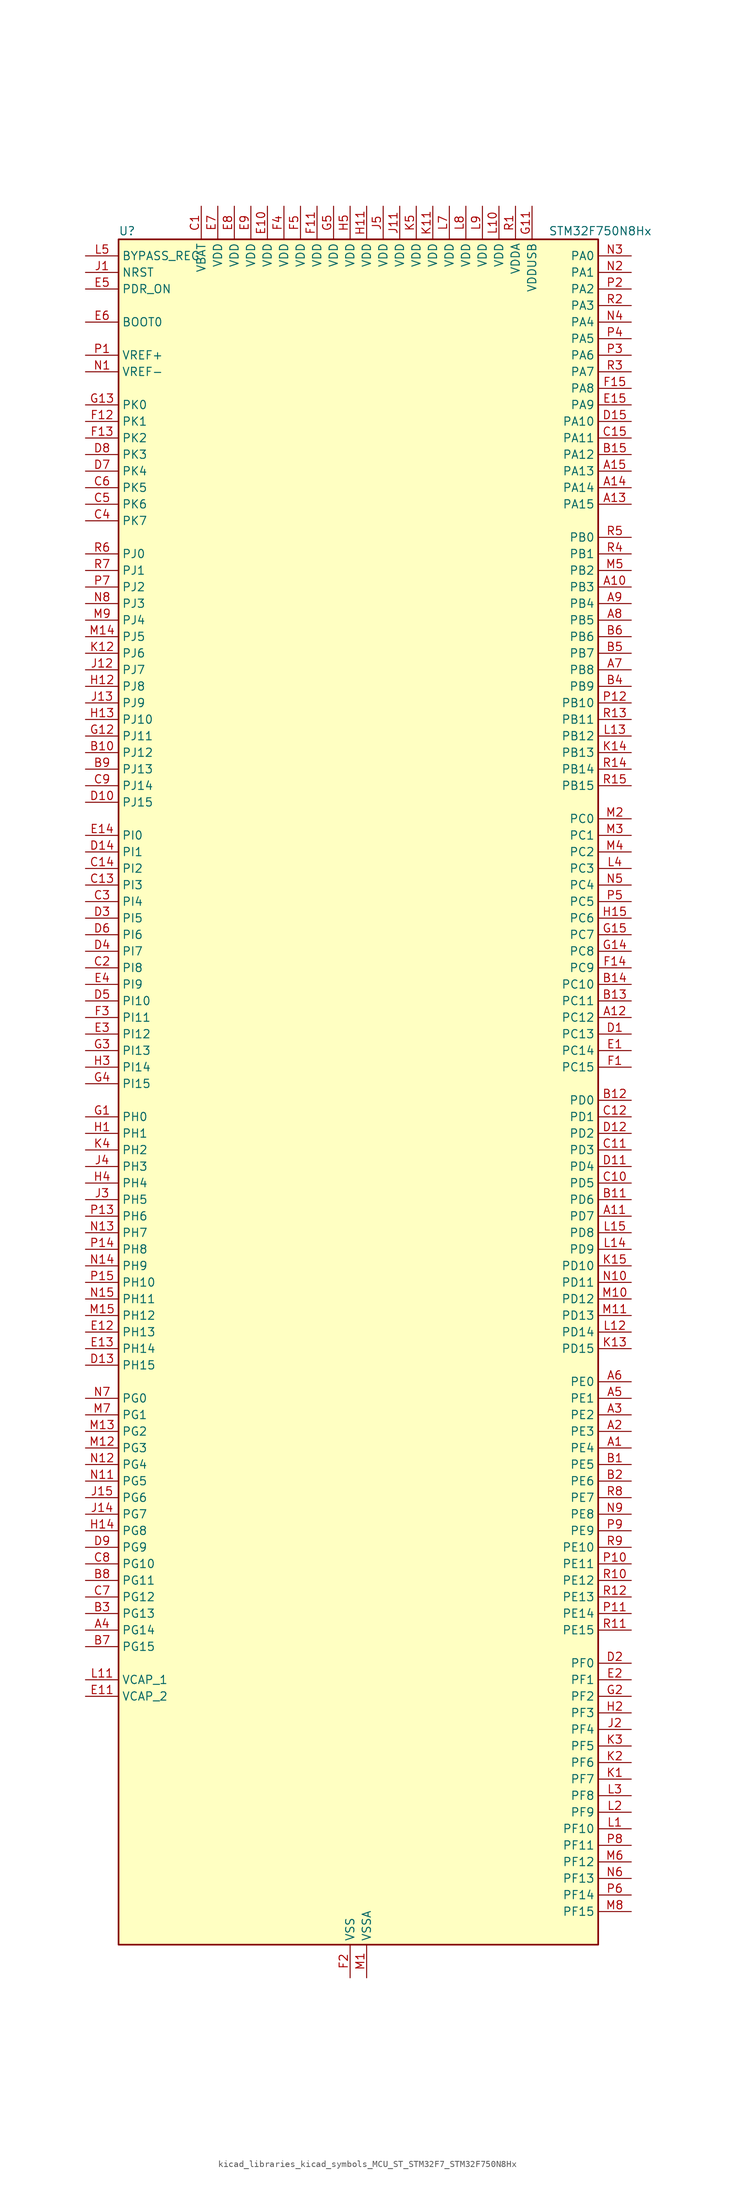
<source format=kicad_sym>
(kicad_symbol_lib
  (version 20220914)
  (generator kicad_symbol_editor)
  (symbol "kicad_libraries_kicad_symbols_MCU_ST_STM32F7_STM32F750N8Hx"
    (property "Reference" "U"
      (at -35.56 133.35 0)
      (effects (font (size 1.27 1.27)) (justify left)))
    (property "Value" "STM32F750N8Hx"
      (at 30.48 133.35 0)
      (effects (font (size 1.27 1.27)) (justify left)))
    (property "ki_locked" ""
      (at 0 0 0)
      (effects (font (size 1.27 1.27))))
    (symbol "kicad_libraries_kicad_symbols_MCU_ST_STM32F7_STM32F750N8Hx_0_1"
      (rectangle (start -35.56 -129.54) (end 38.1 132.08) (stroke (width 0.254) (type default)) (fill (type background))))
    (symbol "kicad_libraries_kicad_symbols_MCU_ST_STM32F7_STM32F750N8Hx_1_1"
      (pin bidirectional line (at 43.18 -53.34 180) (length 5.08) (name "PE4" (effects (font (size 1.27 1.27)))) (number "A1" (effects (font (size 1.27 1.27)))) (alternate "DCMI_D4" bidirectional line) (alternate "FMC_A20" bidirectional line) (alternate "LTDC_B0" bidirectional line) (alternate "SAI1_FS_A" bidirectional line) (alternate "SPI4_NSS" bidirectional line) (alternate "SYS_TRACED1" bidirectional line))
      (pin bidirectional line (at 43.18 78.74 180) (length 5.08) (name "PB3" (effects (font (size 1.27 1.27)))) (number "A10" (effects (font (size 1.27 1.27)))) (alternate "I2S1_CK" bidirectional line) (alternate "I2S3_CK" bidirectional line) (alternate "SPI1_SCK" bidirectional line) (alternate "SPI3_SCK" bidirectional line) (alternate "SYS_JTDO-SWO" bidirectional line) (alternate "TIM2_CH2" bidirectional line))
      (pin bidirectional line (at 43.18 -17.78 180) (length 5.08) (name "PD7" (effects (font (size 1.27 1.27)))) (number "A11" (effects (font (size 1.27 1.27)))) (alternate "FMC_NE1" bidirectional line) (alternate "SPDIFRX_IN0" bidirectional line) (alternate "USART2_CK" bidirectional line))
      (pin bidirectional line (at 43.18 12.7 180) (length 5.08) (name "PC12" (effects (font (size 1.27 1.27)))) (number "A12" (effects (font (size 1.27 1.27)))) (alternate "DCMI_D9" bidirectional line) (alternate "I2S3_SD" bidirectional line) (alternate "SDMMC1_CK" bidirectional line) (alternate "SPI3_MOSI" bidirectional line) (alternate "SYS_TRACED3" bidirectional line) (alternate "UART5_TX" bidirectional line) (alternate "USART3_CK" bidirectional line))
      (pin bidirectional line (at 43.18 91.44 180) (length 5.08) (name "PA15" (effects (font (size 1.27 1.27)))) (number "A13" (effects (font (size 1.27 1.27)))) (alternate "CEC" bidirectional line) (alternate "I2S1_WS" bidirectional line) (alternate "I2S3_WS" bidirectional line) (alternate "SPI1_NSS" bidirectional line) (alternate "SPI3_NSS" bidirectional line) (alternate "SYS_JTDI" bidirectional line) (alternate "TIM2_CH1" bidirectional line) (alternate "TIM2_ETR" bidirectional line) (alternate "UART4_DE" bidirectional line) (alternate "UART4_RTS" bidirectional line))
      (pin bidirectional line (at 43.18 93.98 180) (length 5.08) (name "PA14" (effects (font (size 1.27 1.27)))) (number "A14" (effects (font (size 1.27 1.27)))) (alternate "SYS_JTCK-SWCLK" bidirectional line))
      (pin bidirectional line (at 43.18 96.52 180) (length 5.08) (name "PA13" (effects (font (size 1.27 1.27)))) (number "A15" (effects (font (size 1.27 1.27)))) (alternate "SYS_JTMS-SWDIO" bidirectional line))
      (pin bidirectional line (at 43.18 -50.8 180) (length 5.08) (name "PE3" (effects (font (size 1.27 1.27)))) (number "A2" (effects (font (size 1.27 1.27)))) (alternate "FMC_A19" bidirectional line) (alternate "SAI1_SD_B" bidirectional line) (alternate "SYS_TRACED0" bidirectional line))
      (pin bidirectional line (at 43.18 -48.26 180) (length 5.08) (name "PE2" (effects (font (size 1.27 1.27)))) (number "A3" (effects (font (size 1.27 1.27)))) (alternate "ETH_TXD3" bidirectional line) (alternate "FMC_A23" bidirectional line) (alternate "QUADSPI_BK1_IO2" bidirectional line) (alternate "SAI1_MCLK_A" bidirectional line) (alternate "SPI4_SCK" bidirectional line) (alternate "SYS_TRACECLK" bidirectional line))
      (pin bidirectional line (at -40.64 -81.28 0) (length 5.08) (name "PG14" (effects (font (size 1.27 1.27)))) (number "A4" (effects (font (size 1.27 1.27)))) (alternate "ETH_TXD1" bidirectional line) (alternate "FMC_A25" bidirectional line) (alternate "LPTIM1_ETR" bidirectional line) (alternate "LTDC_B0" bidirectional line) (alternate "QUADSPI_BK2_IO3" bidirectional line) (alternate "SPI6_MOSI" bidirectional line) (alternate "SYS_TRACED1" bidirectional line) (alternate "USART6_TX" bidirectional line))
      (pin bidirectional line (at 43.18 -45.72 180) (length 5.08) (name "PE1" (effects (font (size 1.27 1.27)))) (number "A5" (effects (font (size 1.27 1.27)))) (alternate "DCMI_D3" bidirectional line) (alternate "FMC_NBL1" bidirectional line) (alternate "LPTIM1_IN2" bidirectional line) (alternate "UART8_TX" bidirectional line))
      (pin bidirectional line (at 43.18 -43.18 180) (length 5.08) (name "PE0" (effects (font (size 1.27 1.27)))) (number "A6" (effects (font (size 1.27 1.27)))) (alternate "DCMI_D2" bidirectional line) (alternate "FMC_NBL0" bidirectional line) (alternate "LPTIM1_ETR" bidirectional line) (alternate "SAI2_MCLK_A" bidirectional line) (alternate "TIM4_ETR" bidirectional line) (alternate "UART8_RX" bidirectional line))
      (pin bidirectional line (at 43.18 66.04 180) (length 5.08) (name "PB8" (effects (font (size 1.27 1.27)))) (number "A7" (effects (font (size 1.27 1.27)))) (alternate "CAN1_RX" bidirectional line) (alternate "DCMI_D6" bidirectional line) (alternate "ETH_TXD3" bidirectional line) (alternate "I2C1_SCL" bidirectional line) (alternate "LTDC_B6" bidirectional line) (alternate "SDMMC1_D4" bidirectional line) (alternate "TIM10_CH1" bidirectional line) (alternate "TIM4_CH3" bidirectional line))
      (pin bidirectional line (at 43.18 73.66 180) (length 5.08) (name "PB5" (effects (font (size 1.27 1.27)))) (number "A8" (effects (font (size 1.27 1.27)))) (alternate "CAN2_RX" bidirectional line) (alternate "DCMI_D10" bidirectional line) (alternate "ETH_PPS_OUT" bidirectional line) (alternate "FMC_SDCKE1" bidirectional line) (alternate "I2C1_SMBA" bidirectional line) (alternate "I2S1_SD" bidirectional line) (alternate "I2S3_SD" bidirectional line) (alternate "SPI1_MOSI" bidirectional line) (alternate "SPI3_MOSI" bidirectional line) (alternate "TIM3_CH2" bidirectional line) (alternate "USB_OTG_HS_ULPI_D7" bidirectional line))
      (pin bidirectional line (at 43.18 76.2 180) (length 5.08) (name "PB4" (effects (font (size 1.27 1.27)))) (number "A9" (effects (font (size 1.27 1.27)))) (alternate "I2S2_WS" bidirectional line) (alternate "SPI1_MISO" bidirectional line) (alternate "SPI2_NSS" bidirectional line) (alternate "SPI3_MISO" bidirectional line) (alternate "SYS_JTRST" bidirectional line) (alternate "TIM3_CH1" bidirectional line))
      (pin bidirectional line (at 43.18 -55.88 180) (length 5.08) (name "PE5" (effects (font (size 1.27 1.27)))) (number "B1" (effects (font (size 1.27 1.27)))) (alternate "DCMI_D6" bidirectional line) (alternate "FMC_A21" bidirectional line) (alternate "LTDC_G0" bidirectional line) (alternate "SAI1_SCK_A" bidirectional line) (alternate "SPI4_MISO" bidirectional line) (alternate "SYS_TRACED2" bidirectional line) (alternate "TIM9_CH1" bidirectional line))
      (pin bidirectional line (at -40.64 53.34 0) (length 5.08) (name "PJ12" (effects (font (size 1.27 1.27)))) (number "B10" (effects (font (size 1.27 1.27)))) (alternate "LTDC_B0" bidirectional line))
      (pin bidirectional line (at 43.18 -15.24 180) (length 5.08) (name "PD6" (effects (font (size 1.27 1.27)))) (number "B11" (effects (font (size 1.27 1.27)))) (alternate "DCMI_D10" bidirectional line) (alternate "FMC_NWAIT" bidirectional line) (alternate "I2S3_SD" bidirectional line) (alternate "LTDC_B2" bidirectional line) (alternate "SAI1_SD_A" bidirectional line) (alternate "SPI3_MOSI" bidirectional line) (alternate "USART2_RX" bidirectional line))
      (pin bidirectional line (at 43.18 0 180) (length 5.08) (name "PD0" (effects (font (size 1.27 1.27)))) (number "B12" (effects (font (size 1.27 1.27)))) (alternate "CAN1_RX" bidirectional line) (alternate "FMC_D2" bidirectional line) (alternate "FMC_DA2" bidirectional line))
      (pin bidirectional line (at 43.18 15.24 180) (length 5.08) (name "PC11" (effects (font (size 1.27 1.27)))) (number "B13" (effects (font (size 1.27 1.27)))) (alternate "ADC1_EXTI11" bidirectional line) (alternate "ADC2_EXTI11" bidirectional line) (alternate "ADC3_EXTI11" bidirectional line) (alternate "DCMI_D4" bidirectional line) (alternate "QUADSPI_BK2_NCS" bidirectional line) (alternate "SDMMC1_D3" bidirectional line) (alternate "SPI3_MISO" bidirectional line) (alternate "UART4_RX" bidirectional line) (alternate "USART3_RX" bidirectional line))
      (pin bidirectional line (at 43.18 17.78 180) (length 5.08) (name "PC10" (effects (font (size 1.27 1.27)))) (number "B14" (effects (font (size 1.27 1.27)))) (alternate "DCMI_D8" bidirectional line) (alternate "I2S3_CK" bidirectional line) (alternate "LTDC_R2" bidirectional line) (alternate "QUADSPI_BK1_IO1" bidirectional line) (alternate "SDMMC1_D2" bidirectional line) (alternate "SPI3_SCK" bidirectional line) (alternate "UART4_TX" bidirectional line) (alternate "USART3_TX" bidirectional line))
      (pin bidirectional line (at 43.18 99.06 180) (length 5.08) (name "PA12" (effects (font (size 1.27 1.27)))) (number "B15" (effects (font (size 1.27 1.27)))) (alternate "CAN1_TX" bidirectional line) (alternate "LTDC_R5" bidirectional line) (alternate "SAI2_FS_B" bidirectional line) (alternate "TIM1_ETR" bidirectional line) (alternate "USART1_DE" bidirectional line) (alternate "USART1_RTS" bidirectional line) (alternate "USB_OTG_FS_DP" bidirectional line))
      (pin bidirectional line (at 43.18 -58.42 180) (length 5.08) (name "PE6" (effects (font (size 1.27 1.27)))) (number "B2" (effects (font (size 1.27 1.27)))) (alternate "DCMI_D7" bidirectional line) (alternate "FMC_A22" bidirectional line) (alternate "LTDC_G1" bidirectional line) (alternate "SAI1_SD_A" bidirectional line) (alternate "SAI2_MCLK_B" bidirectional line) (alternate "SPI4_MOSI" bidirectional line) (alternate "SYS_TRACED3" bidirectional line) (alternate "TIM1_BKIN2" bidirectional line) (alternate "TIM9_CH2" bidirectional line))
      (pin bidirectional line (at -40.64 -78.74 0) (length 5.08) (name "PG13" (effects (font (size 1.27 1.27)))) (number "B3" (effects (font (size 1.27 1.27)))) (alternate "ETH_TXD0" bidirectional line) (alternate "FMC_A24" bidirectional line) (alternate "LPTIM1_OUT" bidirectional line) (alternate "LTDC_R0" bidirectional line) (alternate "SPI6_SCK" bidirectional line) (alternate "SYS_TRACED0" bidirectional line) (alternate "USART6_CTS" bidirectional line))
      (pin bidirectional line (at 43.18 63.5 180) (length 5.08) (name "PB9" (effects (font (size 1.27 1.27)))) (number "B4" (effects (font (size 1.27 1.27)))) (alternate "CAN1_TX" bidirectional line) (alternate "DAC_EXTI9" bidirectional line) (alternate "DCMI_D7" bidirectional line) (alternate "I2C1_SDA" bidirectional line) (alternate "I2S2_WS" bidirectional line) (alternate "LTDC_B7" bidirectional line) (alternate "SDMMC1_D5" bidirectional line) (alternate "SPI2_NSS" bidirectional line) (alternate "TIM11_CH1" bidirectional line) (alternate "TIM4_CH4" bidirectional line))
      (pin bidirectional line (at 43.18 68.58 180) (length 5.08) (name "PB7" (effects (font (size 1.27 1.27)))) (number "B5" (effects (font (size 1.27 1.27)))) (alternate "DCMI_VSYNC" bidirectional line) (alternate "FMC_NL" bidirectional line) (alternate "I2C1_SDA" bidirectional line) (alternate "TIM4_CH2" bidirectional line) (alternate "USART1_RX" bidirectional line))
      (pin bidirectional line (at 43.18 71.12 180) (length 5.08) (name "PB6" (effects (font (size 1.27 1.27)))) (number "B6" (effects (font (size 1.27 1.27)))) (alternate "CAN2_TX" bidirectional line) (alternate "CEC" bidirectional line) (alternate "DCMI_D5" bidirectional line) (alternate "FMC_SDNE1" bidirectional line) (alternate "I2C1_SCL" bidirectional line) (alternate "QUADSPI_BK1_NCS" bidirectional line) (alternate "TIM4_CH1" bidirectional line) (alternate "USART1_TX" bidirectional line))
      (pin bidirectional line (at -40.64 -83.82 0) (length 5.08) (name "PG15" (effects (font (size 1.27 1.27)))) (number "B7" (effects (font (size 1.27 1.27)))) (alternate "DCMI_D13" bidirectional line) (alternate "FMC_SDNCAS" bidirectional line) (alternate "USART6_CTS" bidirectional line))
      (pin bidirectional line (at -40.64 -73.66 0) (length 5.08) (name "PG11" (effects (font (size 1.27 1.27)))) (number "B8" (effects (font (size 1.27 1.27)))) (alternate "ADC1_EXTI11" bidirectional line) (alternate "ADC2_EXTI11" bidirectional line) (alternate "ADC3_EXTI11" bidirectional line) (alternate "DCMI_D3" bidirectional line) (alternate "ETH_TX_EN" bidirectional line) (alternate "LTDC_B3" bidirectional line) (alternate "SPDIFRX_IN0" bidirectional line))
      (pin bidirectional line (at -40.64 50.8 0) (length 5.08) (name "PJ13" (effects (font (size 1.27 1.27)))) (number "B9" (effects (font (size 1.27 1.27)))) (alternate "LTDC_B1" bidirectional line))
      (pin power_in line (at -22.86 137.16 270) (length 5.08) (name "VBAT" (effects (font (size 1.27 1.27)))) (number "C1" (effects (font (size 1.27 1.27)))))
      (pin bidirectional line (at 43.18 -12.7 180) (length 5.08) (name "PD5" (effects (font (size 1.27 1.27)))) (number "C10" (effects (font (size 1.27 1.27)))) (alternate "FMC_NWE" bidirectional line) (alternate "USART2_TX" bidirectional line))
      (pin bidirectional line (at 43.18 -7.62 180) (length 5.08) (name "PD3" (effects (font (size 1.27 1.27)))) (number "C11" (effects (font (size 1.27 1.27)))) (alternate "DCMI_D5" bidirectional line) (alternate "FMC_CLK" bidirectional line) (alternate "I2S2_CK" bidirectional line) (alternate "LTDC_G7" bidirectional line) (alternate "SPI2_SCK" bidirectional line) (alternate "USART2_CTS" bidirectional line))
      (pin bidirectional line (at 43.18 -2.54 180) (length 5.08) (name "PD1" (effects (font (size 1.27 1.27)))) (number "C12" (effects (font (size 1.27 1.27)))) (alternate "CAN1_TX" bidirectional line) (alternate "FMC_D3" bidirectional line) (alternate "FMC_DA3" bidirectional line))
      (pin bidirectional line (at -40.64 33.02 0) (length 5.08) (name "PI3" (effects (font (size 1.27 1.27)))) (number "C13" (effects (font (size 1.27 1.27)))) (alternate "DCMI_D10" bidirectional line) (alternate "FMC_D27" bidirectional line) (alternate "I2S2_SD" bidirectional line) (alternate "SPI2_MOSI" bidirectional line) (alternate "TIM8_ETR" bidirectional line))
      (pin bidirectional line (at -40.64 35.56 0) (length 5.08) (name "PI2" (effects (font (size 1.27 1.27)))) (number "C14" (effects (font (size 1.27 1.27)))) (alternate "DCMI_D9" bidirectional line) (alternate "FMC_D26" bidirectional line) (alternate "LTDC_G7" bidirectional line) (alternate "SPI2_MISO" bidirectional line) (alternate "TIM8_CH4" bidirectional line))
      (pin bidirectional line (at 43.18 101.6 180) (length 5.08) (name "PA11" (effects (font (size 1.27 1.27)))) (number "C15" (effects (font (size 1.27 1.27)))) (alternate "ADC1_EXTI11" bidirectional line) (alternate "ADC2_EXTI11" bidirectional line) (alternate "ADC3_EXTI11" bidirectional line) (alternate "CAN1_RX" bidirectional line) (alternate "LTDC_R4" bidirectional line) (alternate "TIM1_CH4" bidirectional line) (alternate "USART1_CTS" bidirectional line) (alternate "USB_OTG_FS_DM" bidirectional line))
      (pin bidirectional line (at -40.64 20.32 0) (length 5.08) (name "PI8" (effects (font (size 1.27 1.27)))) (number "C2" (effects (font (size 1.27 1.27)))) (alternate "RTC_TAMP2" bidirectional line) (alternate "RTC_TS" bidirectional line) (alternate "SYS_WKUP5" bidirectional line))
      (pin bidirectional line (at -40.64 30.48 0) (length 5.08) (name "PI4" (effects (font (size 1.27 1.27)))) (number "C3" (effects (font (size 1.27 1.27)))) (alternate "DCMI_D5" bidirectional line) (alternate "FMC_NBL2" bidirectional line) (alternate "LTDC_B4" bidirectional line) (alternate "SAI2_MCLK_A" bidirectional line) (alternate "TIM8_BKIN" bidirectional line))
      (pin bidirectional line (at -40.64 88.9 0) (length 5.08) (name "PK7" (effects (font (size 1.27 1.27)))) (number "C4" (effects (font (size 1.27 1.27)))) (alternate "LTDC_DE" bidirectional line))
      (pin bidirectional line (at -40.64 91.44 0) (length 5.08) (name "PK6" (effects (font (size 1.27 1.27)))) (number "C5" (effects (font (size 1.27 1.27)))) (alternate "LTDC_B7" bidirectional line))
      (pin bidirectional line (at -40.64 93.98 0) (length 5.08) (name "PK5" (effects (font (size 1.27 1.27)))) (number "C6" (effects (font (size 1.27 1.27)))) (alternate "LTDC_B6" bidirectional line))
      (pin bidirectional line (at -40.64 -76.2 0) (length 5.08) (name "PG12" (effects (font (size 1.27 1.27)))) (number "C7" (effects (font (size 1.27 1.27)))) (alternate "FMC_NE4" bidirectional line) (alternate "LPTIM1_IN1" bidirectional line) (alternate "LTDC_B1" bidirectional line) (alternate "LTDC_B4" bidirectional line) (alternate "SPDIFRX_IN1" bidirectional line) (alternate "SPI6_MISO" bidirectional line) (alternate "USART6_DE" bidirectional line) (alternate "USART6_RTS" bidirectional line))
      (pin bidirectional line (at -40.64 -71.12 0) (length 5.08) (name "PG10" (effects (font (size 1.27 1.27)))) (number "C8" (effects (font (size 1.27 1.27)))) (alternate "DCMI_D2" bidirectional line) (alternate "FMC_NE3" bidirectional line) (alternate "LTDC_B2" bidirectional line) (alternate "LTDC_G3" bidirectional line) (alternate "SAI2_SD_B" bidirectional line))
      (pin bidirectional line (at -40.64 48.26 0) (length 5.08) (name "PJ14" (effects (font (size 1.27 1.27)))) (number "C9" (effects (font (size 1.27 1.27)))) (alternate "LTDC_B2" bidirectional line))
      (pin bidirectional line (at 43.18 10.16 180) (length 5.08) (name "PC13" (effects (font (size 1.27 1.27)))) (number "D1" (effects (font (size 1.27 1.27)))) (alternate "RTC_OUT" bidirectional line) (alternate "RTC_TAMP1" bidirectional line) (alternate "RTC_TS" bidirectional line) (alternate "SYS_WKUP4" bidirectional line))
      (pin bidirectional line (at -40.64 45.72 0) (length 5.08) (name "PJ15" (effects (font (size 1.27 1.27)))) (number "D10" (effects (font (size 1.27 1.27)))) (alternate "LTDC_B3" bidirectional line))
      (pin bidirectional line (at 43.18 -10.16 180) (length 5.08) (name "PD4" (effects (font (size 1.27 1.27)))) (number "D11" (effects (font (size 1.27 1.27)))) (alternate "FMC_NOE" bidirectional line) (alternate "USART2_DE" bidirectional line) (alternate "USART2_RTS" bidirectional line))
      (pin bidirectional line (at 43.18 -5.08 180) (length 5.08) (name "PD2" (effects (font (size 1.27 1.27)))) (number "D12" (effects (font (size 1.27 1.27)))) (alternate "DCMI_D11" bidirectional line) (alternate "SDMMC1_CMD" bidirectional line) (alternate "SYS_TRACED2" bidirectional line) (alternate "TIM3_ETR" bidirectional line) (alternate "UART5_RX" bidirectional line))
      (pin bidirectional line (at -40.64 -40.64 0) (length 5.08) (name "PH15" (effects (font (size 1.27 1.27)))) (number "D13" (effects (font (size 1.27 1.27)))) (alternate "DCMI_D11" bidirectional line) (alternate "FMC_D23" bidirectional line) (alternate "LTDC_G4" bidirectional line) (alternate "TIM8_CH3N" bidirectional line))
      (pin bidirectional line (at -40.64 38.1 0) (length 5.08) (name "PI1" (effects (font (size 1.27 1.27)))) (number "D14" (effects (font (size 1.27 1.27)))) (alternate "DCMI_D8" bidirectional line) (alternate "FMC_D25" bidirectional line) (alternate "I2S2_CK" bidirectional line) (alternate "LTDC_G6" bidirectional line) (alternate "SPI2_SCK" bidirectional line) (alternate "TIM8_BKIN2" bidirectional line))
      (pin bidirectional line (at 43.18 104.14 180) (length 5.08) (name "PA10" (effects (font (size 1.27 1.27)))) (number "D15" (effects (font (size 1.27 1.27)))) (alternate "DCMI_D1" bidirectional line) (alternate "TIM1_CH3" bidirectional line) (alternate "USART1_RX" bidirectional line) (alternate "USB_OTG_FS_ID" bidirectional line))
      (pin bidirectional line (at 43.18 -86.36 180) (length 5.08) (name "PF0" (effects (font (size 1.27 1.27)))) (number "D2" (effects (font (size 1.27 1.27)))) (alternate "FMC_A0" bidirectional line) (alternate "I2C2_SDA" bidirectional line))
      (pin bidirectional line (at -40.64 27.94 0) (length 5.08) (name "PI5" (effects (font (size 1.27 1.27)))) (number "D3" (effects (font (size 1.27 1.27)))) (alternate "DCMI_VSYNC" bidirectional line) (alternate "FMC_NBL3" bidirectional line) (alternate "LTDC_B5" bidirectional line) (alternate "SAI2_SCK_A" bidirectional line) (alternate "TIM8_CH1" bidirectional line))
      (pin bidirectional line (at -40.64 22.86 0) (length 5.08) (name "PI7" (effects (font (size 1.27 1.27)))) (number "D4" (effects (font (size 1.27 1.27)))) (alternate "DCMI_D7" bidirectional line) (alternate "FMC_D29" bidirectional line) (alternate "LTDC_B7" bidirectional line) (alternate "SAI2_FS_A" bidirectional line) (alternate "TIM8_CH3" bidirectional line))
      (pin bidirectional line (at -40.64 15.24 0) (length 5.08) (name "PI10" (effects (font (size 1.27 1.27)))) (number "D5" (effects (font (size 1.27 1.27)))) (alternate "ETH_RX_ER" bidirectional line) (alternate "FMC_D31" bidirectional line) (alternate "LTDC_HSYNC" bidirectional line))
      (pin bidirectional line (at -40.64 25.4 0) (length 5.08) (name "PI6" (effects (font (size 1.27 1.27)))) (number "D6" (effects (font (size 1.27 1.27)))) (alternate "DCMI_D6" bidirectional line) (alternate "FMC_D28" bidirectional line) (alternate "LTDC_B6" bidirectional line) (alternate "SAI2_SD_A" bidirectional line) (alternate "TIM8_CH2" bidirectional line))
      (pin bidirectional line (at -40.64 96.52 0) (length 5.08) (name "PK4" (effects (font (size 1.27 1.27)))) (number "D7" (effects (font (size 1.27 1.27)))) (alternate "LTDC_B5" bidirectional line))
      (pin bidirectional line (at -40.64 99.06 0) (length 5.08) (name "PK3" (effects (font (size 1.27 1.27)))) (number "D8" (effects (font (size 1.27 1.27)))) (alternate "LTDC_B4" bidirectional line))
      (pin bidirectional line (at -40.64 -68.58 0) (length 5.08) (name "PG9" (effects (font (size 1.27 1.27)))) (number "D9" (effects (font (size 1.27 1.27)))) (alternate "DAC_EXTI9" bidirectional line) (alternate "DCMI_VSYNC" bidirectional line) (alternate "FMC_NCE" bidirectional line) (alternate "FMC_NE2" bidirectional line) (alternate "QUADSPI_BK2_IO2" bidirectional line) (alternate "SAI2_FS_B" bidirectional line) (alternate "SPDIFRX_IN3" bidirectional line) (alternate "USART6_RX" bidirectional line))
      (pin bidirectional line (at 43.18 7.62 180) (length 5.08) (name "PC14" (effects (font (size 1.27 1.27)))) (number "E1" (effects (font (size 1.27 1.27)))) (alternate "RCC_OSC32_IN" bidirectional line))
      (pin power_in line (at -12.7 137.16 270) (length 5.08) (name "VDD" (effects (font (size 1.27 1.27)))) (number "E10" (effects (font (size 1.27 1.27)))))
      (pin power_out line (at -40.64 -91.44 0) (length 5.08) (name "VCAP_2" (effects (font (size 1.27 1.27)))) (number "E11" (effects (font (size 1.27 1.27)))))
      (pin bidirectional line (at -40.64 -35.56 0) (length 5.08) (name "PH13" (effects (font (size 1.27 1.27)))) (number "E12" (effects (font (size 1.27 1.27)))) (alternate "CAN1_TX" bidirectional line) (alternate "FMC_D21" bidirectional line) (alternate "LTDC_G2" bidirectional line) (alternate "TIM8_CH1N" bidirectional line))
      (pin bidirectional line (at -40.64 -38.1 0) (length 5.08) (name "PH14" (effects (font (size 1.27 1.27)))) (number "E13" (effects (font (size 1.27 1.27)))) (alternate "DCMI_D4" bidirectional line) (alternate "FMC_D22" bidirectional line) (alternate "LTDC_G3" bidirectional line) (alternate "TIM8_CH2N" bidirectional line))
      (pin bidirectional line (at -40.64 40.64 0) (length 5.08) (name "PI0" (effects (font (size 1.27 1.27)))) (number "E14" (effects (font (size 1.27 1.27)))) (alternate "DCMI_D13" bidirectional line) (alternate "FMC_D24" bidirectional line) (alternate "I2S2_WS" bidirectional line) (alternate "LTDC_G5" bidirectional line) (alternate "SPI2_NSS" bidirectional line) (alternate "TIM5_CH4" bidirectional line))
      (pin bidirectional line (at 43.18 106.68 180) (length 5.08) (name "PA9" (effects (font (size 1.27 1.27)))) (number "E15" (effects (font (size 1.27 1.27)))) (alternate "DAC_EXTI9" bidirectional line) (alternate "DCMI_D0" bidirectional line) (alternate "I2C3_SMBA" bidirectional line) (alternate "I2S2_CK" bidirectional line) (alternate "SPI2_SCK" bidirectional line) (alternate "TIM1_CH2" bidirectional line) (alternate "USART1_TX" bidirectional line) (alternate "USB_OTG_FS_VBUS" bidirectional line))
      (pin bidirectional line (at 43.18 -88.9 180) (length 5.08) (name "PF1" (effects (font (size 1.27 1.27)))) (number "E2" (effects (font (size 1.27 1.27)))) (alternate "FMC_A1" bidirectional line) (alternate "I2C2_SCL" bidirectional line))
      (pin bidirectional line (at -40.64 10.16 0) (length 5.08) (name "PI12" (effects (font (size 1.27 1.27)))) (number "E3" (effects (font (size 1.27 1.27)))) (alternate "LTDC_HSYNC" bidirectional line))
      (pin bidirectional line (at -40.64 17.78 0) (length 5.08) (name "PI9" (effects (font (size 1.27 1.27)))) (number "E4" (effects (font (size 1.27 1.27)))) (alternate "CAN1_RX" bidirectional line) (alternate "DAC_EXTI9" bidirectional line) (alternate "FMC_D30" bidirectional line) (alternate "LTDC_VSYNC" bidirectional line))
      (pin input line (at -40.64 124.46 0) (length 5.08) (name "PDR_ON" (effects (font (size 1.27 1.27)))) (number "E5" (effects (font (size 1.27 1.27)))))
      (pin input line (at -40.64 119.38 0) (length 5.08) (name "BOOT0" (effects (font (size 1.27 1.27)))) (number "E6" (effects (font (size 1.27 1.27)))))
      (pin power_in line (at -20.32 137.16 270) (length 5.08) (name "VDD" (effects (font (size 1.27 1.27)))) (number "E7" (effects (font (size 1.27 1.27)))))
      (pin power_in line (at -17.78 137.16 270) (length 5.08) (name "VDD" (effects (font (size 1.27 1.27)))) (number "E8" (effects (font (size 1.27 1.27)))))
      (pin power_in line (at -15.24 137.16 270) (length 5.08) (name "VDD" (effects (font (size 1.27 1.27)))) (number "E9" (effects (font (size 1.27 1.27)))))
      (pin bidirectional line (at 43.18 5.08 180) (length 5.08) (name "PC15" (effects (font (size 1.27 1.27)))) (number "F1" (effects (font (size 1.27 1.27)))) (alternate "RCC_OSC32_OUT" bidirectional line))
      (pin passive line (at 0 -134.62 90) (length 5.08) hide (name "VSS" (effects (font (size 1.27 1.27)))) (number "F10" (effects (font (size 1.27 1.27)))))
      (pin power_in line (at -5.08 137.16 270) (length 5.08) (name "VDD" (effects (font (size 1.27 1.27)))) (number "F11" (effects (font (size 1.27 1.27)))))
      (pin bidirectional line (at -40.64 104.14 0) (length 5.08) (name "PK1" (effects (font (size 1.27 1.27)))) (number "F12" (effects (font (size 1.27 1.27)))) (alternate "LTDC_G6" bidirectional line))
      (pin bidirectional line (at -40.64 101.6 0) (length 5.08) (name "PK2" (effects (font (size 1.27 1.27)))) (number "F13" (effects (font (size 1.27 1.27)))) (alternate "LTDC_G7" bidirectional line))
      (pin bidirectional line (at 43.18 20.32 180) (length 5.08) (name "PC9" (effects (font (size 1.27 1.27)))) (number "F14" (effects (font (size 1.27 1.27)))) (alternate "DAC_EXTI9" bidirectional line) (alternate "DCMI_D3" bidirectional line) (alternate "I2C3_SDA" bidirectional line) (alternate "I2S_CKIN" bidirectional line) (alternate "QUADSPI_BK1_IO0" bidirectional line) (alternate "RCC_MCO_2" bidirectional line) (alternate "SDMMC1_D1" bidirectional line) (alternate "TIM3_CH4" bidirectional line) (alternate "TIM8_CH4" bidirectional line) (alternate "UART5_CTS" bidirectional line))
      (pin bidirectional line (at 43.18 109.22 180) (length 5.08) (name "PA8" (effects (font (size 1.27 1.27)))) (number "F15" (effects (font (size 1.27 1.27)))) (alternate "I2C3_SCL" bidirectional line) (alternate "LTDC_R6" bidirectional line) (alternate "RCC_MCO_1" bidirectional line) (alternate "TIM1_CH1" bidirectional line) (alternate "TIM8_BKIN2" bidirectional line) (alternate "USART1_CK" bidirectional line) (alternate "USB_OTG_FS_SOF" bidirectional line))
      (pin power_in line (at 0 -134.62 90) (length 5.08) (name "VSS" (effects (font (size 1.27 1.27)))) (number "F2" (effects (font (size 1.27 1.27)))))
      (pin bidirectional line (at -40.64 12.7 0) (length 5.08) (name "PI11" (effects (font (size 1.27 1.27)))) (number "F3" (effects (font (size 1.27 1.27)))) (alternate "ADC1_EXTI11" bidirectional line) (alternate "ADC2_EXTI11" bidirectional line) (alternate "ADC3_EXTI11" bidirectional line) (alternate "SYS_WKUP6" bidirectional line) (alternate "USB_OTG_HS_ULPI_DIR" bidirectional line))
      (pin power_in line (at -10.16 137.16 270) (length 5.08) (name "VDD" (effects (font (size 1.27 1.27)))) (number "F4" (effects (font (size 1.27 1.27)))))
      (pin power_in line (at -7.62 137.16 270) (length 5.08) (name "VDD" (effects (font (size 1.27 1.27)))) (number "F5" (effects (font (size 1.27 1.27)))))
      (pin passive line (at 0 -134.62 90) (length 5.08) hide (name "VSS" (effects (font (size 1.27 1.27)))) (number "F6" (effects (font (size 1.27 1.27)))))
      (pin passive line (at 0 -134.62 90) (length 5.08) hide (name "VSS" (effects (font (size 1.27 1.27)))) (number "F7" (effects (font (size 1.27 1.27)))))
      (pin passive line (at 0 -134.62 90) (length 5.08) hide (name "VSS" (effects (font (size 1.27 1.27)))) (number "F8" (effects (font (size 1.27 1.27)))))
      (pin passive line (at 0 -134.62 90) (length 5.08) hide (name "VSS" (effects (font (size 1.27 1.27)))) (number "F9" (effects (font (size 1.27 1.27)))))
      (pin bidirectional line (at -40.64 -2.54 0) (length 5.08) (name "PH0" (effects (font (size 1.27 1.27)))) (number "G1" (effects (font (size 1.27 1.27)))) (alternate "RCC_OSC_IN" bidirectional line))
      (pin passive line (at 0 -134.62 90) (length 5.08) hide (name "VSS" (effects (font (size 1.27 1.27)))) (number "G10" (effects (font (size 1.27 1.27)))))
      (pin power_in line (at 27.94 137.16 270) (length 5.08) (name "VDDUSB" (effects (font (size 1.27 1.27)))) (number "G11" (effects (font (size 1.27 1.27)))))
      (pin bidirectional line (at -40.64 55.88 0) (length 5.08) (name "PJ11" (effects (font (size 1.27 1.27)))) (number "G12" (effects (font (size 1.27 1.27)))) (alternate "ADC1_EXTI11" bidirectional line) (alternate "ADC2_EXTI11" bidirectional line) (alternate "ADC3_EXTI11" bidirectional line) (alternate "LTDC_G4" bidirectional line))
      (pin bidirectional line (at -40.64 106.68 0) (length 5.08) (name "PK0" (effects (font (size 1.27 1.27)))) (number "G13" (effects (font (size 1.27 1.27)))) (alternate "LTDC_G5" bidirectional line))
      (pin bidirectional line (at 43.18 22.86 180) (length 5.08) (name "PC8" (effects (font (size 1.27 1.27)))) (number "G14" (effects (font (size 1.27 1.27)))) (alternate "DCMI_D2" bidirectional line) (alternate "SDMMC1_D0" bidirectional line) (alternate "SYS_TRACED1" bidirectional line) (alternate "TIM3_CH3" bidirectional line) (alternate "TIM8_CH3" bidirectional line) (alternate "UART5_DE" bidirectional line) (alternate "UART5_RTS" bidirectional line) (alternate "USART6_CK" bidirectional line))
      (pin bidirectional line (at 43.18 25.4 180) (length 5.08) (name "PC7" (effects (font (size 1.27 1.27)))) (number "G15" (effects (font (size 1.27 1.27)))) (alternate "DCMI_D1" bidirectional line) (alternate "I2S3_MCK" bidirectional line) (alternate "LTDC_G6" bidirectional line) (alternate "SDMMC1_D7" bidirectional line) (alternate "TIM3_CH2" bidirectional line) (alternate "TIM8_CH2" bidirectional line) (alternate "USART6_RX" bidirectional line))
      (pin bidirectional line (at 43.18 -91.44 180) (length 5.08) (name "PF2" (effects (font (size 1.27 1.27)))) (number "G2" (effects (font (size 1.27 1.27)))) (alternate "FMC_A2" bidirectional line) (alternate "I2C2_SMBA" bidirectional line))
      (pin bidirectional line (at -40.64 7.62 0) (length 5.08) (name "PI13" (effects (font (size 1.27 1.27)))) (number "G3" (effects (font (size 1.27 1.27)))) (alternate "LTDC_VSYNC" bidirectional line))
      (pin bidirectional line (at -40.64 2.54 0) (length 5.08) (name "PI15" (effects (font (size 1.27 1.27)))) (number "G4" (effects (font (size 1.27 1.27)))) (alternate "LTDC_R0" bidirectional line))
      (pin power_in line (at -2.54 137.16 270) (length 5.08) (name "VDD" (effects (font (size 1.27 1.27)))) (number "G5" (effects (font (size 1.27 1.27)))))
      (pin passive line (at 0 -134.62 90) (length 5.08) hide (name "VSS" (effects (font (size 1.27 1.27)))) (number "G6" (effects (font (size 1.27 1.27)))))
      (pin bidirectional line (at -40.64 -5.08 0) (length 5.08) (name "PH1" (effects (font (size 1.27 1.27)))) (number "H1" (effects (font (size 1.27 1.27)))) (alternate "RCC_OSC_OUT" bidirectional line))
      (pin passive line (at 0 -134.62 90) (length 5.08) hide (name "VSS" (effects (font (size 1.27 1.27)))) (number "H10" (effects (font (size 1.27 1.27)))))
      (pin power_in line (at 2.54 137.16 270) (length 5.08) (name "VDD" (effects (font (size 1.27 1.27)))) (number "H11" (effects (font (size 1.27 1.27)))))
      (pin bidirectional line (at -40.64 63.5 0) (length 5.08) (name "PJ8" (effects (font (size 1.27 1.27)))) (number "H12" (effects (font (size 1.27 1.27)))) (alternate "LTDC_G1" bidirectional line))
      (pin bidirectional line (at -40.64 58.42 0) (length 5.08) (name "PJ10" (effects (font (size 1.27 1.27)))) (number "H13" (effects (font (size 1.27 1.27)))) (alternate "LTDC_G3" bidirectional line))
      (pin bidirectional line (at -40.64 -66.04 0) (length 5.08) (name "PG8" (effects (font (size 1.27 1.27)))) (number "H14" (effects (font (size 1.27 1.27)))) (alternate "ETH_PPS_OUT" bidirectional line) (alternate "FMC_SDCLK" bidirectional line) (alternate "SPDIFRX_IN2" bidirectional line) (alternate "SPI6_NSS" bidirectional line) (alternate "USART6_DE" bidirectional line) (alternate "USART6_RTS" bidirectional line))
      (pin bidirectional line (at 43.18 27.94 180) (length 5.08) (name "PC6" (effects (font (size 1.27 1.27)))) (number "H15" (effects (font (size 1.27 1.27)))) (alternate "DCMI_D0" bidirectional line) (alternate "I2S2_MCK" bidirectional line) (alternate "LTDC_HSYNC" bidirectional line) (alternate "SDMMC1_D6" bidirectional line) (alternate "TIM3_CH1" bidirectional line) (alternate "TIM8_CH1" bidirectional line) (alternate "USART6_TX" bidirectional line))
      (pin bidirectional line (at 43.18 -93.98 180) (length 5.08) (name "PF3" (effects (font (size 1.27 1.27)))) (number "H2" (effects (font (size 1.27 1.27)))) (alternate "ADC3_IN9" bidirectional line) (alternate "FMC_A3" bidirectional line))
      (pin bidirectional line (at -40.64 5.08 0) (length 5.08) (name "PI14" (effects (font (size 1.27 1.27)))) (number "H3" (effects (font (size 1.27 1.27)))) (alternate "LTDC_CLK" bidirectional line))
      (pin bidirectional line (at -40.64 -12.7 0) (length 5.08) (name "PH4" (effects (font (size 1.27 1.27)))) (number "H4" (effects (font (size 1.27 1.27)))) (alternate "I2C2_SCL" bidirectional line) (alternate "USB_OTG_HS_ULPI_NXT" bidirectional line))
      (pin power_in line (at 0 137.16 270) (length 5.08) (name "VDD" (effects (font (size 1.27 1.27)))) (number "H5" (effects (font (size 1.27 1.27)))))
      (pin passive line (at 0 -134.62 90) (length 5.08) hide (name "VSS" (effects (font (size 1.27 1.27)))) (number "H6" (effects (font (size 1.27 1.27)))))
      (pin input line (at -40.64 127 0) (length 5.08) (name "NRST" (effects (font (size 1.27 1.27)))) (number "J1" (effects (font (size 1.27 1.27)))))
      (pin passive line (at 0 -134.62 90) (length 5.08) hide (name "VSS" (effects (font (size 1.27 1.27)))) (number "J10" (effects (font (size 1.27 1.27)))))
      (pin power_in line (at 7.62 137.16 270) (length 5.08) (name "VDD" (effects (font (size 1.27 1.27)))) (number "J11" (effects (font (size 1.27 1.27)))))
      (pin bidirectional line (at -40.64 66.04 0) (length 5.08) (name "PJ7" (effects (font (size 1.27 1.27)))) (number "J12" (effects (font (size 1.27 1.27)))) (alternate "LTDC_G0" bidirectional line))
      (pin bidirectional line (at -40.64 60.96 0) (length 5.08) (name "PJ9" (effects (font (size 1.27 1.27)))) (number "J13" (effects (font (size 1.27 1.27)))) (alternate "DAC_EXTI9" bidirectional line) (alternate "LTDC_G2" bidirectional line))
      (pin bidirectional line (at -40.64 -63.5 0) (length 5.08) (name "PG7" (effects (font (size 1.27 1.27)))) (number "J14" (effects (font (size 1.27 1.27)))) (alternate "DCMI_D13" bidirectional line) (alternate "FMC_INT" bidirectional line) (alternate "LTDC_CLK" bidirectional line) (alternate "USART6_CK" bidirectional line))
      (pin bidirectional line (at -40.64 -60.96 0) (length 5.08) (name "PG6" (effects (font (size 1.27 1.27)))) (number "J15" (effects (font (size 1.27 1.27)))) (alternate "DCMI_D12" bidirectional line) (alternate "LTDC_R7" bidirectional line))
      (pin bidirectional line (at 43.18 -96.52 180) (length 5.08) (name "PF4" (effects (font (size 1.27 1.27)))) (number "J2" (effects (font (size 1.27 1.27)))) (alternate "ADC3_IN14" bidirectional line) (alternate "FMC_A4" bidirectional line))
      (pin bidirectional line (at -40.64 -15.24 0) (length 5.08) (name "PH5" (effects (font (size 1.27 1.27)))) (number "J3" (effects (font (size 1.27 1.27)))) (alternate "FMC_SDNWE" bidirectional line) (alternate "I2C2_SDA" bidirectional line) (alternate "SPI5_NSS" bidirectional line))
      (pin bidirectional line (at -40.64 -10.16 0) (length 5.08) (name "PH3" (effects (font (size 1.27 1.27)))) (number "J4" (effects (font (size 1.27 1.27)))) (alternate "ETH_COL" bidirectional line) (alternate "FMC_SDNE0" bidirectional line) (alternate "LTDC_R1" bidirectional line) (alternate "QUADSPI_BK2_IO1" bidirectional line) (alternate "SAI2_MCLK_B" bidirectional line))
      (pin power_in line (at 5.08 137.16 270) (length 5.08) (name "VDD" (effects (font (size 1.27 1.27)))) (number "J5" (effects (font (size 1.27 1.27)))))
      (pin passive line (at 0 -134.62 90) (length 5.08) hide (name "VSS" (effects (font (size 1.27 1.27)))) (number "J6" (effects (font (size 1.27 1.27)))))
      (pin bidirectional line (at 43.18 -104.14 180) (length 5.08) (name "PF7" (effects (font (size 1.27 1.27)))) (number "K1" (effects (font (size 1.27 1.27)))) (alternate "ADC3_IN5" bidirectional line) (alternate "QUADSPI_BK1_IO2" bidirectional line) (alternate "SAI1_MCLK_B" bidirectional line) (alternate "SPI5_SCK" bidirectional line) (alternate "TIM11_CH1" bidirectional line) (alternate "UART7_TX" bidirectional line))
      (pin passive line (at 0 -134.62 90) (length 5.08) hide (name "VSS" (effects (font (size 1.27 1.27)))) (number "K10" (effects (font (size 1.27 1.27)))))
      (pin power_in line (at 12.7 137.16 270) (length 5.08) (name "VDD" (effects (font (size 1.27 1.27)))) (number "K11" (effects (font (size 1.27 1.27)))))
      (pin bidirectional line (at -40.64 68.58 0) (length 5.08) (name "PJ6" (effects (font (size 1.27 1.27)))) (number "K12" (effects (font (size 1.27 1.27)))) (alternate "LTDC_R7" bidirectional line))
      (pin bidirectional line (at 43.18 -38.1 180) (length 5.08) (name "PD15" (effects (font (size 1.27 1.27)))) (number "K13" (effects (font (size 1.27 1.27)))) (alternate "FMC_D1" bidirectional line) (alternate "FMC_DA1" bidirectional line) (alternate "TIM4_CH4" bidirectional line) (alternate "UART8_DE" bidirectional line) (alternate "UART8_RTS" bidirectional line))
      (pin bidirectional line (at 43.18 53.34 180) (length 5.08) (name "PB13" (effects (font (size 1.27 1.27)))) (number "K14" (effects (font (size 1.27 1.27)))) (alternate "CAN2_TX" bidirectional line) (alternate "ETH_TXD1" bidirectional line) (alternate "I2S2_CK" bidirectional line) (alternate "SPI2_SCK" bidirectional line) (alternate "TIM1_CH1N" bidirectional line) (alternate "USART3_CTS" bidirectional line) (alternate "USB_OTG_HS_ULPI_D6" bidirectional line) (alternate "USB_OTG_HS_VBUS" bidirectional line))
      (pin bidirectional line (at 43.18 -25.4 180) (length 5.08) (name "PD10" (effects (font (size 1.27 1.27)))) (number "K15" (effects (font (size 1.27 1.27)))) (alternate "FMC_D15" bidirectional line) (alternate "FMC_DA15" bidirectional line) (alternate "LTDC_B3" bidirectional line) (alternate "USART3_CK" bidirectional line))
      (pin bidirectional line (at 43.18 -101.6 180) (length 5.08) (name "PF6" (effects (font (size 1.27 1.27)))) (number "K2" (effects (font (size 1.27 1.27)))) (alternate "ADC3_IN4" bidirectional line) (alternate "QUADSPI_BK1_IO3" bidirectional line) (alternate "SAI1_SD_B" bidirectional line) (alternate "SPI5_NSS" bidirectional line) (alternate "TIM10_CH1" bidirectional line) (alternate "UART7_RX" bidirectional line))
      (pin bidirectional line (at 43.18 -99.06 180) (length 5.08) (name "PF5" (effects (font (size 1.27 1.27)))) (number "K3" (effects (font (size 1.27 1.27)))) (alternate "ADC3_IN15" bidirectional line) (alternate "FMC_A5" bidirectional line))
      (pin bidirectional line (at -40.64 -7.62 0) (length 5.08) (name "PH2" (effects (font (size 1.27 1.27)))) (number "K4" (effects (font (size 1.27 1.27)))) (alternate "ETH_CRS" bidirectional line) (alternate "FMC_SDCKE0" bidirectional line) (alternate "LPTIM1_IN2" bidirectional line) (alternate "LTDC_R0" bidirectional line) (alternate "QUADSPI_BK2_IO0" bidirectional line) (alternate "SAI2_SCK_B" bidirectional line))
      (pin power_in line (at 10.16 137.16 270) (length 5.08) (name "VDD" (effects (font (size 1.27 1.27)))) (number "K5" (effects (font (size 1.27 1.27)))))
      (pin passive line (at 0 -134.62 90) (length 5.08) hide (name "VSS" (effects (font (size 1.27 1.27)))) (number "K6" (effects (font (size 1.27 1.27)))))
      (pin passive line (at 0 -134.62 90) (length 5.08) hide (name "VSS" (effects (font (size 1.27 1.27)))) (number "K7" (effects (font (size 1.27 1.27)))))
      (pin passive line (at 0 -134.62 90) (length 5.08) hide (name "VSS" (effects (font (size 1.27 1.27)))) (number "K8" (effects (font (size 1.27 1.27)))))
      (pin passive line (at 0 -134.62 90) (length 5.08) hide (name "VSS" (effects (font (size 1.27 1.27)))) (number "K9" (effects (font (size 1.27 1.27)))))
      (pin bidirectional line (at 43.18 -111.76 180) (length 5.08) (name "PF10" (effects (font (size 1.27 1.27)))) (number "L1" (effects (font (size 1.27 1.27)))) (alternate "ADC3_IN8" bidirectional line) (alternate "DCMI_D11" bidirectional line) (alternate "LTDC_DE" bidirectional line))
      (pin power_in line (at 22.86 137.16 270) (length 5.08) (name "VDD" (effects (font (size 1.27 1.27)))) (number "L10" (effects (font (size 1.27 1.27)))))
      (pin power_out line (at -40.64 -88.9 0) (length 5.08) (name "VCAP_1" (effects (font (size 1.27 1.27)))) (number "L11" (effects (font (size 1.27 1.27)))))
      (pin bidirectional line (at 43.18 -35.56 180) (length 5.08) (name "PD14" (effects (font (size 1.27 1.27)))) (number "L12" (effects (font (size 1.27 1.27)))) (alternate "FMC_D0" bidirectional line) (alternate "FMC_DA0" bidirectional line) (alternate "TIM4_CH3" bidirectional line) (alternate "UART8_CTS" bidirectional line))
      (pin bidirectional line (at 43.18 55.88 180) (length 5.08) (name "PB12" (effects (font (size 1.27 1.27)))) (number "L13" (effects (font (size 1.27 1.27)))) (alternate "CAN2_RX" bidirectional line) (alternate "ETH_TXD0" bidirectional line) (alternate "I2C2_SMBA" bidirectional line) (alternate "I2S2_WS" bidirectional line) (alternate "SPI2_NSS" bidirectional line) (alternate "TIM1_BKIN" bidirectional line) (alternate "USART3_CK" bidirectional line) (alternate "USB_OTG_HS_ID" bidirectional line) (alternate "USB_OTG_HS_ULPI_D5" bidirectional line))
      (pin bidirectional line (at 43.18 -22.86 180) (length 5.08) (name "PD9" (effects (font (size 1.27 1.27)))) (number "L14" (effects (font (size 1.27 1.27)))) (alternate "DAC_EXTI9" bidirectional line) (alternate "FMC_D14" bidirectional line) (alternate "FMC_DA14" bidirectional line) (alternate "USART3_RX" bidirectional line))
      (pin bidirectional line (at 43.18 -20.32 180) (length 5.08) (name "PD8" (effects (font (size 1.27 1.27)))) (number "L15" (effects (font (size 1.27 1.27)))) (alternate "FMC_D13" bidirectional line) (alternate "FMC_DA13" bidirectional line) (alternate "SPDIFRX_IN1" bidirectional line) (alternate "USART3_TX" bidirectional line))
      (pin bidirectional line (at 43.18 -109.22 180) (length 5.08) (name "PF9" (effects (font (size 1.27 1.27)))) (number "L2" (effects (font (size 1.27 1.27)))) (alternate "ADC3_IN7" bidirectional line) (alternate "DAC_EXTI9" bidirectional line) (alternate "QUADSPI_BK1_IO1" bidirectional line) (alternate "SAI1_FS_B" bidirectional line) (alternate "SPI5_MOSI" bidirectional line) (alternate "TIM14_CH1" bidirectional line) (alternate "UART7_CTS" bidirectional line))
      (pin bidirectional line (at 43.18 -106.68 180) (length 5.08) (name "PF8" (effects (font (size 1.27 1.27)))) (number "L3" (effects (font (size 1.27 1.27)))) (alternate "ADC3_IN6" bidirectional line) (alternate "QUADSPI_BK1_IO0" bidirectional line) (alternate "SAI1_SCK_B" bidirectional line) (alternate "SPI5_MISO" bidirectional line) (alternate "TIM13_CH1" bidirectional line) (alternate "UART7_DE" bidirectional line) (alternate "UART7_RTS" bidirectional line))
      (pin bidirectional line (at 43.18 35.56 180) (length 5.08) (name "PC3" (effects (font (size 1.27 1.27)))) (number "L4" (effects (font (size 1.27 1.27)))) (alternate "ADC1_IN13" bidirectional line) (alternate "ADC2_IN13" bidirectional line) (alternate "ADC3_IN13" bidirectional line) (alternate "ETH_TX_CLK" bidirectional line) (alternate "FMC_SDCKE0" bidirectional line) (alternate "I2S2_SD" bidirectional line) (alternate "SPI2_MOSI" bidirectional line) (alternate "USB_OTG_HS_ULPI_NXT" bidirectional line))
      (pin input line (at -40.64 129.54 0) (length 5.08) (name "BYPASS_REG" (effects (font (size 1.27 1.27)))) (number "L5" (effects (font (size 1.27 1.27)))))
      (pin passive line (at 0 -134.62 90) (length 5.08) hide (name "VSS" (effects (font (size 1.27 1.27)))) (number "L6" (effects (font (size 1.27 1.27)))))
      (pin power_in line (at 15.24 137.16 270) (length 5.08) (name "VDD" (effects (font (size 1.27 1.27)))) (number "L7" (effects (font (size 1.27 1.27)))))
      (pin power_in line (at 17.78 137.16 270) (length 5.08) (name "VDD" (effects (font (size 1.27 1.27)))) (number "L8" (effects (font (size 1.27 1.27)))))
      (pin power_in line (at 20.32 137.16 270) (length 5.08) (name "VDD" (effects (font (size 1.27 1.27)))) (number "L9" (effects (font (size 1.27 1.27)))))
      (pin power_in line (at 2.54 -134.62 90) (length 5.08) (name "VSSA" (effects (font (size 1.27 1.27)))) (number "M1" (effects (font (size 1.27 1.27)))))
      (pin bidirectional line (at 43.18 -30.48 180) (length 5.08) (name "PD12" (effects (font (size 1.27 1.27)))) (number "M10" (effects (font (size 1.27 1.27)))) (alternate "FMC_A17" bidirectional line) (alternate "FMC_ALE" bidirectional line) (alternate "I2C4_SCL" bidirectional line) (alternate "LPTIM1_IN1" bidirectional line) (alternate "QUADSPI_BK1_IO1" bidirectional line) (alternate "SAI2_FS_A" bidirectional line) (alternate "TIM4_CH1" bidirectional line) (alternate "USART3_DE" bidirectional line) (alternate "USART3_RTS" bidirectional line))
      (pin bidirectional line (at 43.18 -33.02 180) (length 5.08) (name "PD13" (effects (font (size 1.27 1.27)))) (number "M11" (effects (font (size 1.27 1.27)))) (alternate "FMC_A18" bidirectional line) (alternate "I2C4_SDA" bidirectional line) (alternate "LPTIM1_OUT" bidirectional line) (alternate "QUADSPI_BK1_IO3" bidirectional line) (alternate "SAI2_SCK_A" bidirectional line) (alternate "TIM4_CH2" bidirectional line))
      (pin bidirectional line (at -40.64 -53.34 0) (length 5.08) (name "PG3" (effects (font (size 1.27 1.27)))) (number "M12" (effects (font (size 1.27 1.27)))) (alternate "FMC_A13" bidirectional line))
      (pin bidirectional line (at -40.64 -50.8 0) (length 5.08) (name "PG2" (effects (font (size 1.27 1.27)))) (number "M13" (effects (font (size 1.27 1.27)))) (alternate "FMC_A12" bidirectional line))
      (pin bidirectional line (at -40.64 71.12 0) (length 5.08) (name "PJ5" (effects (font (size 1.27 1.27)))) (number "M14" (effects (font (size 1.27 1.27)))) (alternate "LTDC_R6" bidirectional line))
      (pin bidirectional line (at -40.64 -33.02 0) (length 5.08) (name "PH12" (effects (font (size 1.27 1.27)))) (number "M15" (effects (font (size 1.27 1.27)))) (alternate "DCMI_D3" bidirectional line) (alternate "FMC_D20" bidirectional line) (alternate "I2C4_SDA" bidirectional line) (alternate "LTDC_R6" bidirectional line) (alternate "TIM5_CH3" bidirectional line))
      (pin bidirectional line (at 43.18 43.18 180) (length 5.08) (name "PC0" (effects (font (size 1.27 1.27)))) (number "M2" (effects (font (size 1.27 1.27)))) (alternate "ADC1_IN10" bidirectional line) (alternate "ADC2_IN10" bidirectional line) (alternate "ADC3_IN10" bidirectional line) (alternate "FMC_SDNWE" bidirectional line) (alternate "LTDC_R5" bidirectional line) (alternate "SAI2_FS_B" bidirectional line) (alternate "USB_OTG_HS_ULPI_STP" bidirectional line))
      (pin bidirectional line (at 43.18 40.64 180) (length 5.08) (name "PC1" (effects (font (size 1.27 1.27)))) (number "M3" (effects (font (size 1.27 1.27)))) (alternate "ADC1_IN11" bidirectional line) (alternate "ADC2_IN11" bidirectional line) (alternate "ADC3_IN11" bidirectional line) (alternate "ETH_MDC" bidirectional line) (alternate "I2S2_SD" bidirectional line) (alternate "RTC_TAMP3" bidirectional line) (alternate "RTC_TS" bidirectional line) (alternate "SAI1_SD_A" bidirectional line) (alternate "SPI2_MOSI" bidirectional line) (alternate "SYS_TRACED0" bidirectional line) (alternate "SYS_WKUP3" bidirectional line))
      (pin bidirectional line (at 43.18 38.1 180) (length 5.08) (name "PC2" (effects (font (size 1.27 1.27)))) (number "M4" (effects (font (size 1.27 1.27)))) (alternate "ADC1_IN12" bidirectional line) (alternate "ADC2_IN12" bidirectional line) (alternate "ADC3_IN12" bidirectional line) (alternate "ETH_TXD2" bidirectional line) (alternate "FMC_SDNE0" bidirectional line) (alternate "SPI2_MISO" bidirectional line) (alternate "USB_OTG_HS_ULPI_DIR" bidirectional line))
      (pin bidirectional line (at 43.18 81.28 180) (length 5.08) (name "PB2" (effects (font (size 1.27 1.27)))) (number "M5" (effects (font (size 1.27 1.27)))) (alternate "I2S3_SD" bidirectional line) (alternate "QUADSPI_CLK" bidirectional line) (alternate "SAI1_SD_A" bidirectional line) (alternate "SPI3_MOSI" bidirectional line))
      (pin bidirectional line (at 43.18 -116.84 180) (length 5.08) (name "PF12" (effects (font (size 1.27 1.27)))) (number "M6" (effects (font (size 1.27 1.27)))) (alternate "FMC_A6" bidirectional line))
      (pin bidirectional line (at -40.64 -48.26 0) (length 5.08) (name "PG1" (effects (font (size 1.27 1.27)))) (number "M7" (effects (font (size 1.27 1.27)))) (alternate "FMC_A11" bidirectional line))
      (pin bidirectional line (at 43.18 -124.46 180) (length 5.08) (name "PF15" (effects (font (size 1.27 1.27)))) (number "M8" (effects (font (size 1.27 1.27)))) (alternate "FMC_A9" bidirectional line) (alternate "I2C4_SDA" bidirectional line))
      (pin bidirectional line (at -40.64 73.66 0) (length 5.08) (name "PJ4" (effects (font (size 1.27 1.27)))) (number "M9" (effects (font (size 1.27 1.27)))) (alternate "LTDC_R5" bidirectional line))
      (pin input line (at -40.64 111.76 0) (length 5.08) (name "VREF-" (effects (font (size 1.27 1.27)))) (number "N1" (effects (font (size 1.27 1.27)))))
      (pin bidirectional line (at 43.18 -27.94 180) (length 5.08) (name "PD11" (effects (font (size 1.27 1.27)))) (number "N10" (effects (font (size 1.27 1.27)))) (alternate "ADC1_EXTI11" bidirectional line) (alternate "ADC2_EXTI11" bidirectional line) (alternate "ADC3_EXTI11" bidirectional line) (alternate "FMC_A16" bidirectional line) (alternate "FMC_CLE" bidirectional line) (alternate "I2C4_SMBA" bidirectional line) (alternate "QUADSPI_BK1_IO0" bidirectional line) (alternate "SAI2_SD_A" bidirectional line) (alternate "USART3_CTS" bidirectional line))
      (pin bidirectional line (at -40.64 -58.42 0) (length 5.08) (name "PG5" (effects (font (size 1.27 1.27)))) (number "N11" (effects (font (size 1.27 1.27)))) (alternate "FMC_A15" bidirectional line) (alternate "FMC_BA1" bidirectional line))
      (pin bidirectional line (at -40.64 -55.88 0) (length 5.08) (name "PG4" (effects (font (size 1.27 1.27)))) (number "N12" (effects (font (size 1.27 1.27)))) (alternate "FMC_A14" bidirectional line) (alternate "FMC_BA0" bidirectional line))
      (pin bidirectional line (at -40.64 -20.32 0) (length 5.08) (name "PH7" (effects (font (size 1.27 1.27)))) (number "N13" (effects (font (size 1.27 1.27)))) (alternate "DCMI_D9" bidirectional line) (alternate "ETH_RXD3" bidirectional line) (alternate "FMC_SDCKE1" bidirectional line) (alternate "I2C3_SCL" bidirectional line) (alternate "SPI5_MISO" bidirectional line))
      (pin bidirectional line (at -40.64 -25.4 0) (length 5.08) (name "PH9" (effects (font (size 1.27 1.27)))) (number "N14" (effects (font (size 1.27 1.27)))) (alternate "DAC_EXTI9" bidirectional line) (alternate "DCMI_D0" bidirectional line) (alternate "FMC_D17" bidirectional line) (alternate "I2C3_SMBA" bidirectional line) (alternate "LTDC_R3" bidirectional line) (alternate "TIM12_CH2" bidirectional line))
      (pin bidirectional line (at -40.64 -30.48 0) (length 5.08) (name "PH11" (effects (font (size 1.27 1.27)))) (number "N15" (effects (font (size 1.27 1.27)))) (alternate "ADC1_EXTI11" bidirectional line) (alternate "ADC2_EXTI11" bidirectional line) (alternate "ADC3_EXTI11" bidirectional line) (alternate "DCMI_D2" bidirectional line) (alternate "FMC_D19" bidirectional line) (alternate "I2C4_SCL" bidirectional line) (alternate "LTDC_R5" bidirectional line) (alternate "TIM5_CH2" bidirectional line))
      (pin bidirectional line (at 43.18 127 180) (length 5.08) (name "PA1" (effects (font (size 1.27 1.27)))) (number "N2" (effects (font (size 1.27 1.27)))) (alternate "ADC1_IN1" bidirectional line) (alternate "ADC2_IN1" bidirectional line) (alternate "ADC3_IN1" bidirectional line) (alternate "ETH_REF_CLK" bidirectional line) (alternate "ETH_RX_CLK" bidirectional line) (alternate "LTDC_R2" bidirectional line) (alternate "QUADSPI_BK1_IO3" bidirectional line) (alternate "SAI2_MCLK_B" bidirectional line) (alternate "TIM2_CH2" bidirectional line) (alternate "TIM5_CH2" bidirectional line) (alternate "UART4_RX" bidirectional line) (alternate "USART2_DE" bidirectional line) (alternate "USART2_RTS" bidirectional line))
      (pin bidirectional line (at 43.18 129.54 180) (length 5.08) (name "PA0" (effects (font (size 1.27 1.27)))) (number "N3" (effects (font (size 1.27 1.27)))) (alternate "ADC1_IN0" bidirectional line) (alternate "ADC2_IN0" bidirectional line) (alternate "ADC3_IN0" bidirectional line) (alternate "ETH_CRS" bidirectional line) (alternate "SAI2_SD_B" bidirectional line) (alternate "SYS_WKUP1" bidirectional line) (alternate "TIM2_CH1" bidirectional line) (alternate "TIM2_ETR" bidirectional line) (alternate "TIM5_CH1" bidirectional line) (alternate "TIM8_ETR" bidirectional line) (alternate "UART4_TX" bidirectional line) (alternate "USART2_CTS" bidirectional line))
      (pin bidirectional line (at 43.18 119.38 180) (length 5.08) (name "PA4" (effects (font (size 1.27 1.27)))) (number "N4" (effects (font (size 1.27 1.27)))) (alternate "ADC1_IN4" bidirectional line) (alternate "ADC2_IN4" bidirectional line) (alternate "DAC_OUT1" bidirectional line) (alternate "DCMI_HSYNC" bidirectional line) (alternate "I2S1_WS" bidirectional line) (alternate "I2S3_WS" bidirectional line) (alternate "LTDC_VSYNC" bidirectional line) (alternate "SPI1_NSS" bidirectional line) (alternate "SPI3_NSS" bidirectional line) (alternate "USART2_CK" bidirectional line) (alternate "USB_OTG_HS_SOF" bidirectional line))
      (pin bidirectional line (at 43.18 33.02 180) (length 5.08) (name "PC4" (effects (font (size 1.27 1.27)))) (number "N5" (effects (font (size 1.27 1.27)))) (alternate "ADC1_IN14" bidirectional line) (alternate "ADC2_IN14" bidirectional line) (alternate "ETH_RXD0" bidirectional line) (alternate "FMC_SDNE0" bidirectional line) (alternate "I2S1_MCK" bidirectional line) (alternate "SPDIFRX_IN2" bidirectional line))
      (pin bidirectional line (at 43.18 -119.38 180) (length 5.08) (name "PF13" (effects (font (size 1.27 1.27)))) (number "N6" (effects (font (size 1.27 1.27)))) (alternate "FMC_A7" bidirectional line) (alternate "I2C4_SMBA" bidirectional line))
      (pin bidirectional line (at -40.64 -45.72 0) (length 5.08) (name "PG0" (effects (font (size 1.27 1.27)))) (number "N7" (effects (font (size 1.27 1.27)))) (alternate "FMC_A10" bidirectional line))
      (pin bidirectional line (at -40.64 76.2 0) (length 5.08) (name "PJ3" (effects (font (size 1.27 1.27)))) (number "N8" (effects (font (size 1.27 1.27)))) (alternate "LTDC_R4" bidirectional line))
      (pin bidirectional line (at 43.18 -63.5 180) (length 5.08) (name "PE8" (effects (font (size 1.27 1.27)))) (number "N9" (effects (font (size 1.27 1.27)))) (alternate "FMC_D5" bidirectional line) (alternate "FMC_DA5" bidirectional line) (alternate "QUADSPI_BK2_IO1" bidirectional line) (alternate "TIM1_CH1N" bidirectional line) (alternate "UART7_TX" bidirectional line))
      (pin input line (at -40.64 114.3 0) (length 5.08) (name "VREF+" (effects (font (size 1.27 1.27)))) (number "P1" (effects (font (size 1.27 1.27)))))
      (pin bidirectional line (at 43.18 -71.12 180) (length 5.08) (name "PE11" (effects (font (size 1.27 1.27)))) (number "P10" (effects (font (size 1.27 1.27)))) (alternate "ADC1_EXTI11" bidirectional line) (alternate "ADC2_EXTI11" bidirectional line) (alternate "ADC3_EXTI11" bidirectional line) (alternate "FMC_D8" bidirectional line) (alternate "FMC_DA8" bidirectional line) (alternate "LTDC_G3" bidirectional line) (alternate "SAI2_SD_B" bidirectional line) (alternate "SPI4_NSS" bidirectional line) (alternate "TIM1_CH2" bidirectional line))
      (pin bidirectional line (at 43.18 -78.74 180) (length 5.08) (name "PE14" (effects (font (size 1.27 1.27)))) (number "P11" (effects (font (size 1.27 1.27)))) (alternate "FMC_D11" bidirectional line) (alternate "FMC_DA11" bidirectional line) (alternate "LTDC_CLK" bidirectional line) (alternate "SAI2_MCLK_B" bidirectional line) (alternate "SPI4_MOSI" bidirectional line) (alternate "TIM1_CH4" bidirectional line))
      (pin bidirectional line (at 43.18 60.96 180) (length 5.08) (name "PB10" (effects (font (size 1.27 1.27)))) (number "P12" (effects (font (size 1.27 1.27)))) (alternate "ETH_RX_ER" bidirectional line) (alternate "I2C2_SCL" bidirectional line) (alternate "I2S2_CK" bidirectional line) (alternate "LTDC_G4" bidirectional line) (alternate "SPI2_SCK" bidirectional line) (alternate "TIM2_CH3" bidirectional line) (alternate "USART3_TX" bidirectional line) (alternate "USB_OTG_HS_ULPI_D3" bidirectional line))
      (pin bidirectional line (at -40.64 -17.78 0) (length 5.08) (name "PH6" (effects (font (size 1.27 1.27)))) (number "P13" (effects (font (size 1.27 1.27)))) (alternate "DCMI_D8" bidirectional line) (alternate "ETH_RXD2" bidirectional line) (alternate "FMC_SDNE1" bidirectional line) (alternate "I2C2_SMBA" bidirectional line) (alternate "SPI5_SCK" bidirectional line) (alternate "TIM12_CH1" bidirectional line))
      (pin bidirectional line (at -40.64 -22.86 0) (length 5.08) (name "PH8" (effects (font (size 1.27 1.27)))) (number "P14" (effects (font (size 1.27 1.27)))) (alternate "DCMI_HSYNC" bidirectional line) (alternate "FMC_D16" bidirectional line) (alternate "I2C3_SDA" bidirectional line) (alternate "LTDC_R2" bidirectional line))
      (pin bidirectional line (at -40.64 -27.94 0) (length 5.08) (name "PH10" (effects (font (size 1.27 1.27)))) (number "P15" (effects (font (size 1.27 1.27)))) (alternate "DCMI_D1" bidirectional line) (alternate "FMC_D18" bidirectional line) (alternate "I2C4_SMBA" bidirectional line) (alternate "LTDC_R4" bidirectional line) (alternate "TIM5_CH1" bidirectional line))
      (pin bidirectional line (at 43.18 124.46 180) (length 5.08) (name "PA2" (effects (font (size 1.27 1.27)))) (number "P2" (effects (font (size 1.27 1.27)))) (alternate "ADC1_IN2" bidirectional line) (alternate "ADC2_IN2" bidirectional line) (alternate "ADC3_IN2" bidirectional line) (alternate "ETH_MDIO" bidirectional line) (alternate "LTDC_R1" bidirectional line) (alternate "SAI2_SCK_B" bidirectional line) (alternate "SYS_WKUP2" bidirectional line) (alternate "TIM2_CH3" bidirectional line) (alternate "TIM5_CH3" bidirectional line) (alternate "TIM9_CH1" bidirectional line) (alternate "USART2_TX" bidirectional line))
      (pin bidirectional line (at 43.18 114.3 180) (length 5.08) (name "PA6" (effects (font (size 1.27 1.27)))) (number "P3" (effects (font (size 1.27 1.27)))) (alternate "ADC1_IN6" bidirectional line) (alternate "ADC2_IN6" bidirectional line) (alternate "DCMI_PIXCLK" bidirectional line) (alternate "LTDC_G2" bidirectional line) (alternate "SPI1_MISO" bidirectional line) (alternate "TIM13_CH1" bidirectional line) (alternate "TIM1_BKIN" bidirectional line) (alternate "TIM3_CH1" bidirectional line) (alternate "TIM8_BKIN" bidirectional line))
      (pin bidirectional line (at 43.18 116.84 180) (length 5.08) (name "PA5" (effects (font (size 1.27 1.27)))) (number "P4" (effects (font (size 1.27 1.27)))) (alternate "ADC1_IN5" bidirectional line) (alternate "ADC2_IN5" bidirectional line) (alternate "DAC_OUT2" bidirectional line) (alternate "I2S1_CK" bidirectional line) (alternate "LTDC_R4" bidirectional line) (alternate "SPI1_SCK" bidirectional line) (alternate "TIM2_CH1" bidirectional line) (alternate "TIM2_ETR" bidirectional line) (alternate "TIM8_CH1N" bidirectional line) (alternate "USB_OTG_HS_ULPI_CK" bidirectional line))
      (pin bidirectional line (at 43.18 30.48 180) (length 5.08) (name "PC5" (effects (font (size 1.27 1.27)))) (number "P5" (effects (font (size 1.27 1.27)))) (alternate "ADC1_IN15" bidirectional line) (alternate "ADC2_IN15" bidirectional line) (alternate "ETH_RXD1" bidirectional line) (alternate "FMC_SDCKE0" bidirectional line) (alternate "SPDIFRX_IN3" bidirectional line))
      (pin bidirectional line (at 43.18 -121.92 180) (length 5.08) (name "PF14" (effects (font (size 1.27 1.27)))) (number "P6" (effects (font (size 1.27 1.27)))) (alternate "FMC_A8" bidirectional line) (alternate "I2C4_SCL" bidirectional line))
      (pin bidirectional line (at -40.64 78.74 0) (length 5.08) (name "PJ2" (effects (font (size 1.27 1.27)))) (number "P7" (effects (font (size 1.27 1.27)))) (alternate "LTDC_R3" bidirectional line))
      (pin bidirectional line (at 43.18 -114.3 180) (length 5.08) (name "PF11" (effects (font (size 1.27 1.27)))) (number "P8" (effects (font (size 1.27 1.27)))) (alternate "ADC1_EXTI11" bidirectional line) (alternate "ADC2_EXTI11" bidirectional line) (alternate "ADC3_EXTI11" bidirectional line) (alternate "DCMI_D12" bidirectional line) (alternate "FMC_SDNRAS" bidirectional line) (alternate "SAI2_SD_B" bidirectional line) (alternate "SPI5_MOSI" bidirectional line))
      (pin bidirectional line (at 43.18 -66.04 180) (length 5.08) (name "PE9" (effects (font (size 1.27 1.27)))) (number "P9" (effects (font (size 1.27 1.27)))) (alternate "DAC_EXTI9" bidirectional line) (alternate "FMC_D6" bidirectional line) (alternate "FMC_DA6" bidirectional line) (alternate "QUADSPI_BK2_IO2" bidirectional line) (alternate "TIM1_CH1" bidirectional line) (alternate "UART7_DE" bidirectional line) (alternate "UART7_RTS" bidirectional line))
      (pin power_in line (at 25.4 137.16 270) (length 5.08) (name "VDDA" (effects (font (size 1.27 1.27)))) (number "R1" (effects (font (size 1.27 1.27)))))
      (pin bidirectional line (at 43.18 -73.66 180) (length 5.08) (name "PE12" (effects (font (size 1.27 1.27)))) (number "R10" (effects (font (size 1.27 1.27)))) (alternate "FMC_D9" bidirectional line) (alternate "FMC_DA9" bidirectional line) (alternate "LTDC_B4" bidirectional line) (alternate "SAI2_SCK_B" bidirectional line) (alternate "SPI4_SCK" bidirectional line) (alternate "TIM1_CH3N" bidirectional line))
      (pin bidirectional line (at 43.18 -81.28 180) (length 5.08) (name "PE15" (effects (font (size 1.27 1.27)))) (number "R11" (effects (font (size 1.27 1.27)))) (alternate "FMC_D12" bidirectional line) (alternate "FMC_DA12" bidirectional line) (alternate "LTDC_R7" bidirectional line) (alternate "TIM1_BKIN" bidirectional line))
      (pin bidirectional line (at 43.18 -76.2 180) (length 5.08) (name "PE13" (effects (font (size 1.27 1.27)))) (number "R12" (effects (font (size 1.27 1.27)))) (alternate "FMC_D10" bidirectional line) (alternate "FMC_DA10" bidirectional line) (alternate "LTDC_DE" bidirectional line) (alternate "SAI2_FS_B" bidirectional line) (alternate "SPI4_MISO" bidirectional line) (alternate "TIM1_CH3" bidirectional line))
      (pin bidirectional line (at 43.18 58.42 180) (length 5.08) (name "PB11" (effects (font (size 1.27 1.27)))) (number "R13" (effects (font (size 1.27 1.27)))) (alternate "ADC1_EXTI11" bidirectional line) (alternate "ADC2_EXTI11" bidirectional line) (alternate "ADC3_EXTI11" bidirectional line) (alternate "ETH_TX_EN" bidirectional line) (alternate "I2C2_SDA" bidirectional line) (alternate "LTDC_G5" bidirectional line) (alternate "TIM2_CH4" bidirectional line) (alternate "USART3_RX" bidirectional line) (alternate "USB_OTG_HS_ULPI_D4" bidirectional line))
      (pin bidirectional line (at 43.18 50.8 180) (length 5.08) (name "PB14" (effects (font (size 1.27 1.27)))) (number "R14" (effects (font (size 1.27 1.27)))) (alternate "SPI2_MISO" bidirectional line) (alternate "TIM12_CH1" bidirectional line) (alternate "TIM1_CH2N" bidirectional line) (alternate "TIM8_CH2N" bidirectional line) (alternate "USART3_DE" bidirectional line) (alternate "USART3_RTS" bidirectional line) (alternate "USB_OTG_HS_DM" bidirectional line))
      (pin bidirectional line (at 43.18 48.26 180) (length 5.08) (name "PB15" (effects (font (size 1.27 1.27)))) (number "R15" (effects (font (size 1.27 1.27)))) (alternate "I2S2_SD" bidirectional line) (alternate "RTC_REFIN" bidirectional line) (alternate "SPI2_MOSI" bidirectional line) (alternate "TIM12_CH2" bidirectional line) (alternate "TIM1_CH3N" bidirectional line) (alternate "TIM8_CH3N" bidirectional line) (alternate "USB_OTG_HS_DP" bidirectional line))
      (pin bidirectional line (at 43.18 121.92 180) (length 5.08) (name "PA3" (effects (font (size 1.27 1.27)))) (number "R2" (effects (font (size 1.27 1.27)))) (alternate "ADC1_IN3" bidirectional line) (alternate "ADC2_IN3" bidirectional line) (alternate "ADC3_IN3" bidirectional line) (alternate "ETH_COL" bidirectional line) (alternate "LTDC_B5" bidirectional line) (alternate "TIM2_CH4" bidirectional line) (alternate "TIM5_CH4" bidirectional line) (alternate "TIM9_CH2" bidirectional line) (alternate "USART2_RX" bidirectional line) (alternate "USB_OTG_HS_ULPI_D0" bidirectional line))
      (pin bidirectional line (at 43.18 111.76 180) (length 5.08) (name "PA7" (effects (font (size 1.27 1.27)))) (number "R3" (effects (font (size 1.27 1.27)))) (alternate "ADC1_IN7" bidirectional line) (alternate "ADC2_IN7" bidirectional line) (alternate "ETH_CRS_DV" bidirectional line) (alternate "ETH_RX_DV" bidirectional line) (alternate "FMC_SDNWE" bidirectional line) (alternate "I2S1_SD" bidirectional line) (alternate "SPI1_MOSI" bidirectional line) (alternate "TIM14_CH1" bidirectional line) (alternate "TIM1_CH1N" bidirectional line) (alternate "TIM3_CH2" bidirectional line) (alternate "TIM8_CH1N" bidirectional line))
      (pin bidirectional line (at 43.18 83.82 180) (length 5.08) (name "PB1" (effects (font (size 1.27 1.27)))) (number "R4" (effects (font (size 1.27 1.27)))) (alternate "ADC1_IN9" bidirectional line) (alternate "ADC2_IN9" bidirectional line) (alternate "ETH_RXD3" bidirectional line) (alternate "LTDC_R6" bidirectional line) (alternate "TIM1_CH3N" bidirectional line) (alternate "TIM3_CH4" bidirectional line) (alternate "TIM8_CH3N" bidirectional line) (alternate "USB_OTG_HS_ULPI_D2" bidirectional line))
      (pin bidirectional line (at 43.18 86.36 180) (length 5.08) (name "PB0" (effects (font (size 1.27 1.27)))) (number "R5" (effects (font (size 1.27 1.27)))) (alternate "ADC1_IN8" bidirectional line) (alternate "ADC2_IN8" bidirectional line) (alternate "ETH_RXD2" bidirectional line) (alternate "LTDC_R3" bidirectional line) (alternate "TIM1_CH2N" bidirectional line) (alternate "TIM3_CH3" bidirectional line) (alternate "TIM8_CH2N" bidirectional line) (alternate "UART4_CTS" bidirectional line) (alternate "USB_OTG_HS_ULPI_D1" bidirectional line))
      (pin bidirectional line (at -40.64 83.82 0) (length 5.08) (name "PJ0" (effects (font (size 1.27 1.27)))) (number "R6" (effects (font (size 1.27 1.27)))) (alternate "LTDC_R1" bidirectional line))
      (pin bidirectional line (at -40.64 81.28 0) (length 5.08) (name "PJ1" (effects (font (size 1.27 1.27)))) (number "R7" (effects (font (size 1.27 1.27)))) (alternate "LTDC_R2" bidirectional line))
      (pin bidirectional line (at 43.18 -60.96 180) (length 5.08) (name "PE7" (effects (font (size 1.27 1.27)))) (number "R8" (effects (font (size 1.27 1.27)))) (alternate "FMC_D4" bidirectional line) (alternate "FMC_DA4" bidirectional line) (alternate "QUADSPI_BK2_IO0" bidirectional line) (alternate "TIM1_ETR" bidirectional line) (alternate "UART7_RX" bidirectional line))
      (pin bidirectional line (at 43.18 -68.58 180) (length 5.08) (name "PE10" (effects (font (size 1.27 1.27)))) (number "R9" (effects (font (size 1.27 1.27)))) (alternate "FMC_D7" bidirectional line) (alternate "FMC_DA7" bidirectional line) (alternate "QUADSPI_BK2_IO3" bidirectional line) (alternate "TIM1_CH2N" bidirectional line) (alternate "UART7_CTS" bidirectional line)))))
</source>
